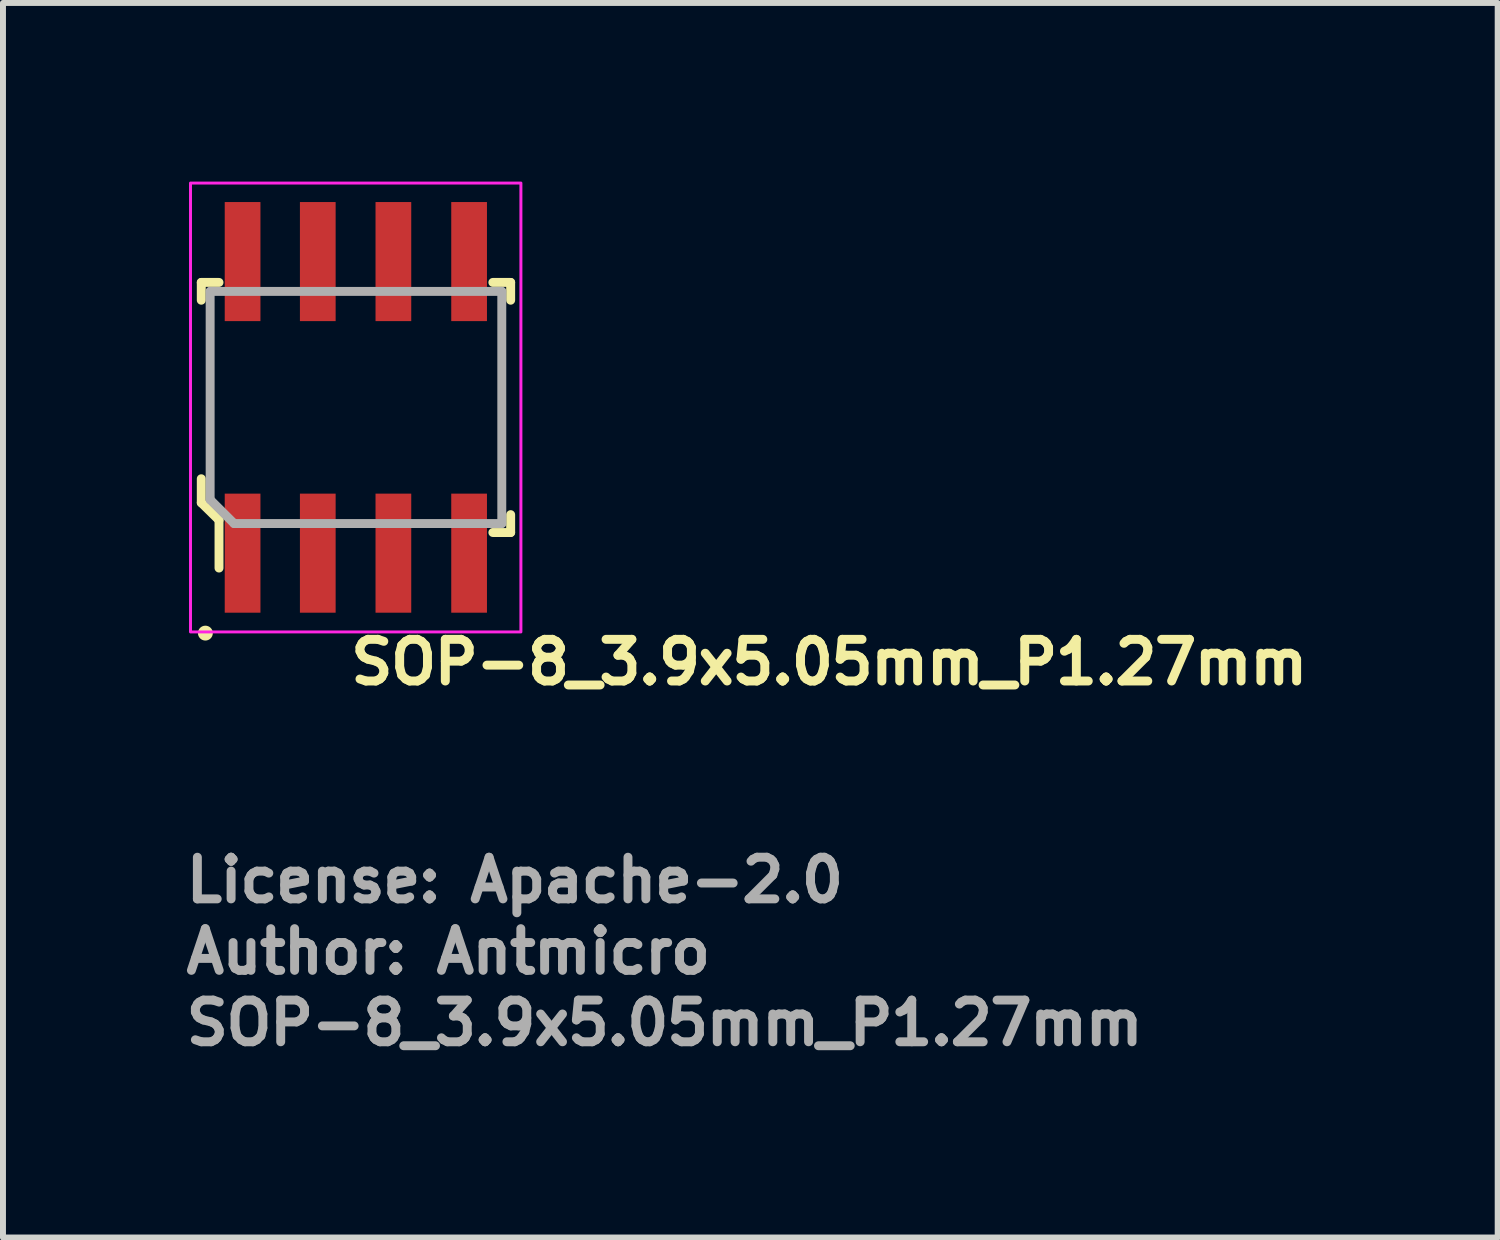
<source format=kicad_pcb>
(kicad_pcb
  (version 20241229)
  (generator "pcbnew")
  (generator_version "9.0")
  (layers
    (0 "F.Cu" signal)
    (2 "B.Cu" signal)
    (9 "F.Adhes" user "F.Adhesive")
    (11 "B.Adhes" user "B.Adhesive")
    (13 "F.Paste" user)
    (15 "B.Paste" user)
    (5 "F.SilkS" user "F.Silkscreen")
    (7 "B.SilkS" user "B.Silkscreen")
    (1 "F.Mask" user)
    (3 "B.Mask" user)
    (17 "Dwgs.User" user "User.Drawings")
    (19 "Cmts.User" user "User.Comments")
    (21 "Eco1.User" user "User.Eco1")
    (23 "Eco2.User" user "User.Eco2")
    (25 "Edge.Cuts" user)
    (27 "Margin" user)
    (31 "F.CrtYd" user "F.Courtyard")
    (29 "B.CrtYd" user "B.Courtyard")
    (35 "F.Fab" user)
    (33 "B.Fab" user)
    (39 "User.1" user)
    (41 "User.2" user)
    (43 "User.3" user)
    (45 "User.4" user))
  (footprint "SOP-8_3.9x5.05mm_P1.27mm"
    (layer "F.Cu")
    (at 2.94 3.775)
    (property "Reference" "SOP-8_3.9x5.05mm_P1.27mm" (at -0.175 4.708 0) (unlocked yes) (layer "F.SilkS") (effects (font (size 0.7 0.7) (thickness 0.15)) (justify left bottom)))
    (attr smd)
    (fp_line (start -2.609 -2.081) (end -2.609 -1.782) (stroke (width 0.15) (type solid)) (layer "F.SilkS"))
    (fp_line (start -2.609 1.217) (end -2.609 1.62) (stroke (width 0.15) (type solid)) (layer "F.SilkS"))
    (fp_line (start -2.609 1.62) (end -2.311 1.912) (stroke (width 0.15) (type solid)) (layer "F.SilkS"))
    (fp_line (start -2.311 -2.081) (end -2.609 -2.081) (stroke (width 0.15) (type solid)) (layer "F.SilkS"))
    (fp_line (start -2.311 1.912) (end -2.311 2.717) (stroke (width 0.15) (type solid)) (layer "F.SilkS"))
    (fp_line (start 2.289 -2.081) (end 2.588 -2.081) (stroke (width 0.15) (type solid)) (layer "F.SilkS"))
    (fp_line (start 2.289 2.12) (end 2.588 2.12) (stroke (width 0.15) (type solid)) (layer "F.SilkS"))
    (fp_line (start 2.588 -2.081) (end 2.588 -1.782) (stroke (width 0.15) (type solid)) (layer "F.SilkS"))
    (fp_line (start 2.588 2.12) (end 2.588 1.82) (stroke (width 0.15) (type solid)) (layer "F.SilkS"))
    (fp_circle (center -2.54 3.81) (end -2.49 3.81) (stroke (width 0.15) (type solid)) (fill yes) (layer "F.SilkS"))
    (fp_rect (start -2.79 -3.75) (end 2.76 3.79) (stroke (width 0.05) (type solid)) (fill no) (layer "F.CrtYd"))
    (fp_line (start -2.46 -1.93) (end 2.439 -1.93) (stroke (width 0.15) (type solid)) (layer "F.Fab"))
    (fp_line (start -2.46 1.568) (end -2.46 -1.93) (stroke (width 0.15) (type solid)) (layer "F.Fab"))
    (fp_line (start -2.46 1.568) (end -2.058 1.969) (stroke (width 0.15) (type solid)) (layer "F.Fab"))
    (fp_line (start -2.058 1.969) (end 2.439 1.969) (stroke (width 0.15) (type solid)) (layer "F.Fab"))
    (fp_line (start 2.439 -1.93) (end 2.439 1.969) (stroke (width 0.15) (type solid)) (layer "F.Fab"))
    (fp_rect (start -2.539 -3) (end 2.536 2.999) (stroke (width 0.1) (type solid)) (fill no) (layer "User.5"))
    (fp_line (start -2.539 -1.95) (end -2.447 -1.859) (stroke (width 0.02) (type solid)) (layer "User.9"))
    (fp_line (start -2.539 1.949) (end -2.539 -1.95) (stroke (width 0.02) (type solid)) (layer "User.9"))
    (fp_line (start -2.539 1.949) (end -2.447 1.858) (stroke (width 0.02) (type solid)) (layer "User.9"))
    (fp_line (start -2.447 1.858) (end -2.398 1.808) (stroke (width 0.02) (type solid)) (layer "User.9"))
    (fp_line (start -2.398 -1.809) (end -2.447 -1.859) (stroke (width 0.02) (type solid)) (layer "User.9"))
    (fp_line (start -2.148 1.314) (end -2.148 1.314) (stroke (width 0.02) (type solid)) (layer "User.9"))
    (fp_line (start -2.148 1.314) (end -2.146 1.326) (stroke (width 0.02) (type solid)) (layer "User.9"))
    (fp_line (start -2.146 1.302) (end -2.148 1.314) (stroke (width 0.02) (type solid)) (layer "User.9"))
    (fp_line (start -2.146 1.326) (end -2.145 1.338) (stroke (width 0.02) (type solid)) (layer "User.9"))
    (fp_line (start -2.145 1.277) (end -2.145 1.29) (stroke (width 0.02) (type solid)) (layer "User.9"))
    (fp_line (start -2.145 1.29) (end -2.146 1.302) (stroke (width 0.02) (type solid)) (layer "User.9"))
    (fp_line (start -2.145 1.338) (end -2.145 1.352) (stroke (width 0.02) (type solid)) (layer "User.9"))
    (fp_line (start -2.145 1.352) (end -2.142 1.364) (stroke (width 0.02) (type solid)) (layer "User.9"))
    (fp_line (start -2.142 1.265) (end -2.145 1.277) (stroke (width 0.02) (type solid)) (layer "User.9"))
    (fp_line (start -2.142 1.364) (end -2.14 1.374) (stroke (width 0.02) (type solid)) (layer "User.9"))
    (fp_line (start -2.14 1.253) (end -2.142 1.265) (stroke (width 0.02) (type solid)) (layer "User.9"))
    (fp_line (start -2.14 1.374) (end -2.137 1.386) (stroke (width 0.02) (type solid)) (layer "User.9"))
    (fp_line (start -2.137 1.241) (end -2.14 1.253) (stroke (width 0.02) (type solid)) (layer "User.9"))
    (fp_line (start -2.137 1.386) (end -2.133 1.398) (stroke (width 0.02) (type solid)) (layer "User.9"))
    (fp_line (start -2.133 1.231) (end -2.137 1.241) (stroke (width 0.02) (type solid)) (layer "User.9"))
    (fp_line (start -2.133 1.398) (end -2.129 1.409) (stroke (width 0.02) (type solid)) (layer "User.9"))
    (fp_line (start -2.129 1.219) (end -2.133 1.231) (stroke (width 0.02) (type solid)) (layer "User.9"))
    (fp_line (start -2.129 1.409) (end -2.124 1.419) (stroke (width 0.02) (type solid)) (layer "User.9"))
    (fp_line (start -2.125 -2.725) (end -2.125 -3) (stroke (width 0.02) (type solid)) (layer "User.9"))
    (fp_line (start -2.125 -2.725) (end -2.125 -2.634) (stroke (width 0.02) (type solid)) (layer "User.9"))
    (fp_line (start -2.125 -2.634) (end -2.125 -2.165) (stroke (width 0.02) (type solid)) (layer "User.9"))
    (fp_line (start -2.125 -2.165) (end -2.125 -2.074) (stroke (width 0.02) (type solid)) (layer "User.9"))
    (fp_line (start -2.125 -1.95) (end -2.125 -2.074) (stroke (width 0.02) (type solid)) (layer "User.9"))
    (fp_line (start -2.125 2.072) (end -2.125 1.949) (stroke (width 0.02) (type solid)) (layer "User.9"))
    (fp_line (start -2.125 2.164) (end -2.125 2.072) (stroke (width 0.02) (type solid)) (layer "User.9"))
    (fp_line (start -2.125 2.632) (end -2.125 2.164) (stroke (width 0.02) (type solid)) (layer "User.9"))
    (fp_line (start -2.125 2.722) (end -2.125 2.632) (stroke (width 0.02) (type solid)) (layer "User.9"))
    (fp_line (start -2.125 2.999) (end -2.125 2.722) (stroke (width 0.02) (type solid)) (layer "User.9"))
    (fp_line (start -2.124 1.209) (end -2.129 1.219) (stroke (width 0.02) (type solid)) (layer "User.9"))
    (fp_line (start -2.124 1.419) (end -2.117 1.431) (stroke (width 0.02) (type solid)) (layer "User.9"))
    (fp_line (start -2.117 1.197) (end -2.124 1.209) (stroke (width 0.02) (type solid)) (layer "User.9"))
    (fp_line (start -2.117 1.431) (end -2.112 1.441) (stroke (width 0.02) (type solid)) (layer "User.9"))
    (fp_line (start -2.112 1.187) (end -2.117 1.197) (stroke (width 0.02) (type solid)) (layer "User.9"))
    (fp_line (start -2.112 1.441) (end -2.105 1.451) (stroke (width 0.02) (type solid)) (layer "User.9"))
    (fp_line (start -2.105 1.177) (end -2.112 1.187) (stroke (width 0.02) (type solid)) (layer "User.9"))
    (fp_line (start -2.105 1.451) (end -2.098 1.459) (stroke (width 0.02) (type solid)) (layer "User.9"))
    (fp_line (start -2.098 1.169) (end -2.105 1.177) (stroke (width 0.02) (type solid)) (layer "User.9"))
    (fp_line (start -2.098 1.459) (end -2.092 1.469) (stroke (width 0.02) (type solid)) (layer "User.9"))
    (fp_line (start -2.092 1.159) (end -2.098 1.169) (stroke (width 0.02) (type solid)) (layer "User.9"))
    (fp_line (start -2.092 1.469) (end -2.084 1.477) (stroke (width 0.02) (type solid)) (layer "User.9"))
    (fp_line (start -2.084 1.15) (end -2.092 1.159) (stroke (width 0.02) (type solid)) (layer "User.9"))
    (fp_line (start -2.084 1.477) (end -2.076 1.487) (stroke (width 0.02) (type solid)) (layer "User.9"))
    (fp_line (start -2.076 1.142) (end -2.084 1.15) (stroke (width 0.02) (type solid)) (layer "User.9"))
    (fp_line (start -2.076 1.487) (end -2.068 1.495) (stroke (width 0.02) (type solid)) (layer "User.9"))
    (fp_line (start -2.068 1.134) (end -2.076 1.142) (stroke (width 0.02) (type solid)) (layer "User.9"))
    (fp_line (start -2.068 1.495) (end -2.058 1.503) (stroke (width 0.02) (type solid)) (layer "User.9"))
    (fp_line (start -2.058 1.126) (end -2.068 1.134) (stroke (width 0.02) (type solid)) (layer "User.9"))
    (fp_line (start -2.058 1.503) (end -2.049 1.509) (stroke (width 0.02) (type solid)) (layer "User.9"))
    (fp_line (start -2.049 1.118) (end -2.058 1.126) (stroke (width 0.02) (type solid)) (layer "User.9"))
    (fp_line (start -2.049 1.509) (end -2.04 1.517) (stroke (width 0.02) (type solid)) (layer "User.9"))
    (fp_line (start -2.04 1.112) (end -2.049 1.118) (stroke (width 0.02) (type solid)) (layer "User.9"))
    (fp_line (start -2.04 1.517) (end -2.029 1.523) (stroke (width 0.02) (type solid)) (layer "User.9"))
    (fp_line (start -2.029 1.106) (end -2.04 1.112) (stroke (width 0.02) (type solid)) (layer "User.9"))
    (fp_line (start -2.029 1.523) (end -2.02 1.529) (stroke (width 0.02) (type solid)) (layer "User.9"))
    (fp_line (start -2.02 1.1) (end -2.029 1.106) (stroke (width 0.02) (type solid)) (layer "User.9"))
    (fp_line (start -2.02 1.529) (end -2.009 1.533) (stroke (width 0.02) (type solid)) (layer "User.9"))
    (fp_line (start -2.009 1.094) (end -2.02 1.1) (stroke (width 0.02) (type solid)) (layer "User.9"))
    (fp_line (start -2.009 1.533) (end -1.998 1.538) (stroke (width 0.02) (type solid)) (layer "User.9"))
    (fp_line (start -1.998 1.09) (end -2.009 1.094) (stroke (width 0.02) (type solid)) (layer "User.9"))
    (fp_line (start -1.998 1.538) (end -1.988 1.542) (stroke (width 0.02) (type solid)) (layer "User.9"))
    (fp_line (start -1.988 1.086) (end -1.998 1.09) (stroke (width 0.02) (type solid)) (layer "User.9"))
    (fp_line (start -1.988 1.542) (end -1.976 1.546) (stroke (width 0.02) (type solid)) (layer "User.9"))
    (fp_line (start -1.976 1.082) (end -1.988 1.086) (stroke (width 0.02) (type solid)) (layer "User.9"))
    (fp_line (start -1.976 1.546) (end -1.964 1.55) (stroke (width 0.02) (type solid)) (layer "User.9"))
    (fp_line (start -1.964 1.078) (end -1.976 1.082) (stroke (width 0.02) (type solid)) (layer "User.9"))
    (fp_line (start -1.964 1.55) (end -1.952 1.552) (stroke (width 0.02) (type solid)) (layer "User.9"))
    (fp_line (start -1.952 1.076) (end -1.964 1.078) (stroke (width 0.02) (type solid)) (layer "User.9"))
    (fp_line (start -1.952 1.552) (end -1.94 1.554) (stroke (width 0.02) (type solid)) (layer "User.9"))
    (fp_line (start -1.94 1.074) (end -1.952 1.076) (stroke (width 0.02) (type solid)) (layer "User.9"))
    (fp_line (start -1.94 1.554) (end -1.928 1.556) (stroke (width 0.02) (type solid)) (layer "User.9"))
    (fp_line (start -1.928 1.072) (end -1.94 1.074) (stroke (width 0.02) (type solid)) (layer "User.9"))
    (fp_line (start -1.928 1.556) (end -1.917 1.558) (stroke (width 0.02) (type solid)) (layer "User.9"))
    (fp_line (start -1.917 1.07) (end -1.928 1.072) (stroke (width 0.02) (type solid)) (layer "User.9"))
    (fp_line (start -1.917 1.558) (end -1.903 1.558) (stroke (width 0.02) (type solid)) (layer "User.9"))
    (fp_line (start -1.903 1.07) (end -1.917 1.07) (stroke (width 0.02) (type solid)) (layer "User.9"))
    (fp_line (start -1.903 1.07) (end -1.903 1.07) (stroke (width 0.02) (type solid)) (layer "User.9"))
    (fp_line (start -1.903 1.558) (end -1.903 1.558) (stroke (width 0.02) (type solid)) (layer "User.9"))
    (fp_line (start -1.903 1.558) (end -1.891 1.558) (stroke (width 0.02) (type solid)) (layer "User.9"))
    (fp_line (start -1.891 1.07) (end -1.903 1.07) (stroke (width 0.02) (type solid)) (layer "User.9"))
    (fp_line (start -1.891 1.558) (end -1.879 1.556) (stroke (width 0.02) (type solid)) (layer "User.9"))
    (fp_line (start -1.879 1.072) (end -1.891 1.07) (stroke (width 0.02) (type solid)) (layer "User.9"))
    (fp_line (start -1.879 1.556) (end -1.867 1.554) (stroke (width 0.02) (type solid)) (layer "User.9"))
    (fp_line (start -1.867 1.074) (end -1.879 1.072) (stroke (width 0.02) (type solid)) (layer "User.9"))
    (fp_line (start -1.867 1.554) (end -1.855 1.552) (stroke (width 0.02) (type solid)) (layer "User.9"))
    (fp_line (start -1.855 1.076) (end -1.867 1.074) (stroke (width 0.02) (type solid)) (layer "User.9"))
    (fp_line (start -1.855 1.552) (end -1.843 1.55) (stroke (width 0.02) (type solid)) (layer "User.9"))
    (fp_line (start -1.843 1.078) (end -1.855 1.076) (stroke (width 0.02) (type solid)) (layer "User.9"))
    (fp_line (start -1.843 1.55) (end -1.831 1.546) (stroke (width 0.02) (type solid)) (layer "User.9"))
    (fp_line (start -1.831 1.082) (end -1.843 1.078) (stroke (width 0.02) (type solid)) (layer "User.9"))
    (fp_line (start -1.831 1.546) (end -1.819 1.542) (stroke (width 0.02) (type solid)) (layer "User.9"))
    (fp_line (start -1.819 1.086) (end -1.831 1.082) (stroke (width 0.02) (type solid)) (layer "User.9"))
    (fp_line (start -1.819 1.542) (end -1.809 1.538) (stroke (width 0.02) (type solid)) (layer "User.9"))
    (fp_line (start -1.809 1.09) (end -1.819 1.086) (stroke (width 0.02) (type solid)) (layer "User.9"))
    (fp_line (start -1.809 1.538) (end -1.797 1.533) (stroke (width 0.02) (type solid)) (layer "User.9"))
    (fp_line (start -1.797 1.094) (end -1.809 1.09) (stroke (width 0.02) (type solid)) (layer "User.9"))
    (fp_line (start -1.797 1.533) (end -1.788 1.529) (stroke (width 0.02) (type solid)) (layer "User.9"))
    (fp_line (start -1.788 1.1) (end -1.797 1.094) (stroke (width 0.02) (type solid)) (layer "User.9"))
    (fp_line (start -1.788 1.529) (end -1.778 1.523) (stroke (width 0.02) (type solid)) (layer "User.9"))
    (fp_line (start -1.778 1.106) (end -1.788 1.1) (stroke (width 0.02) (type solid)) (layer "User.9"))
    (fp_line (start -1.778 1.523) (end -1.768 1.517) (stroke (width 0.02) (type solid)) (layer "User.9"))
    (fp_line (start -1.768 1.112) (end -1.778 1.106) (stroke (width 0.02) (type solid)) (layer "User.9"))
    (fp_line (start -1.768 1.517) (end -1.758 1.509) (stroke (width 0.02) (type solid)) (layer "User.9"))
    (fp_line (start -1.758 1.118) (end -1.768 1.112) (stroke (width 0.02) (type solid)) (layer "User.9"))
    (fp_line (start -1.758 1.509) (end -1.748 1.503) (stroke (width 0.02) (type solid)) (layer "User.9"))
    (fp_line (start -1.748 1.126) (end -1.758 1.118) (stroke (width 0.02) (type solid)) (layer "User.9"))
    (fp_line (start -1.748 1.503) (end -1.74 1.495) (stroke (width 0.02) (type solid)) (layer "User.9"))
    (fp_line (start -1.74 1.134) (end -1.748 1.126) (stroke (width 0.02) (type solid)) (layer "User.9"))
    (fp_line (start -1.74 1.495) (end -1.732 1.487) (stroke (width 0.02) (type solid)) (layer "User.9"))
    (fp_line (start -1.732 1.142) (end -1.74 1.134) (stroke (width 0.02) (type solid)) (layer "User.9"))
    (fp_line (start -1.732 1.487) (end -1.724 1.477) (stroke (width 0.02) (type solid)) (layer "User.9"))
    (fp_line (start -1.724 1.15) (end -1.732 1.142) (stroke (width 0.02) (type solid)) (layer "User.9"))
    (fp_line (start -1.724 1.477) (end -1.716 1.469) (stroke (width 0.02) (type solid)) (layer "User.9"))
    (fp_line (start -1.716 1.159) (end -1.724 1.15) (stroke (width 0.02) (type solid)) (layer "User.9"))
    (fp_line (start -1.716 1.469) (end -1.708 1.459) (stroke (width 0.02) (type solid)) (layer "User.9"))
    (fp_line (start -1.708 1.169) (end -1.716 1.159) (stroke (width 0.02) (type solid)) (layer "User.9"))
    (fp_line (start -1.708 1.459) (end -1.702 1.451) (stroke (width 0.02) (type solid)) (layer "User.9"))
    (fp_line (start -1.702 1.177) (end -1.708 1.169) (stroke (width 0.02) (type solid)) (layer "User.9"))
    (fp_line (start -1.702 1.451) (end -1.696 1.441) (stroke (width 0.02) (type solid)) (layer "User.9"))
    (fp_line (start -1.696 1.187) (end -1.702 1.177) (stroke (width 0.02) (type solid)) (layer "User.9"))
    (fp_line (start -1.696 1.441) (end -1.69 1.431) (stroke (width 0.02) (type solid)) (layer "User.9"))
    (fp_line (start -1.69 1.197) (end -1.696 1.187) (stroke (width 0.02) (type solid)) (layer "User.9"))
    (fp_line (start -1.69 1.431) (end -1.684 1.419) (stroke (width 0.02) (type solid)) (layer "User.9"))
    (fp_line (start -1.686 -3) (end -2.125 -3) (stroke (width 0.02) (type solid)) (layer "User.9"))
    (fp_line (start -1.686 -2.725) (end -1.686 -3) (stroke (width 0.02) (type solid)) (layer "User.9"))
    (fp_line (start -1.686 -2.725) (end -1.686 -2.634) (stroke (width 0.02) (type solid)) (layer "User.9"))
    (fp_line (start -1.686 -2.634) (end -1.686 -2.165) (stroke (width 0.02) (type solid)) (layer "User.9"))
    (fp_line (start -1.686 -2.165) (end -1.686 -2.074) (stroke (width 0.02) (type solid)) (layer "User.9"))
    (fp_line (start -1.686 -1.95) (end -2.125 -1.95) (stroke (width 0.02) (type solid)) (layer "User.9"))
    (fp_line (start -1.686 -1.95) (end -1.686 -2.074) (stroke (width 0.02) (type solid)) (layer "User.9"))
    (fp_line (start -1.686 1.949) (end -2.125 1.949) (stroke (width 0.02) (type solid)) (layer "User.9"))
    (fp_line (start -1.686 2.072) (end -1.686 1.949) (stroke (width 0.02) (type solid)) (layer "User.9"))
    (fp_line (start -1.686 2.164) (end -1.686 2.072) (stroke (width 0.02) (type solid)) (layer "User.9"))
    (fp_line (start -1.686 2.632) (end -1.686 2.164) (stroke (width 0.02) (type solid)) (layer "User.9"))
    (fp_line (start -1.686 2.722) (end -1.686 2.632) (stroke (width 0.02) (type solid)) (layer "User.9"))
    (fp_line (start -1.686 2.999) (end -2.125 2.999) (stroke (width 0.02) (type solid)) (layer "User.9"))
    (fp_line (start -1.686 2.999) (end -1.686 2.722) (stroke (width 0.02) (type solid)) (layer "User.9"))
    (fp_line (start -1.684 1.209) (end -1.69 1.197) (stroke (width 0.02) (type solid)) (layer "User.9"))
    (fp_line (start -1.684 1.419) (end -1.678 1.409) (stroke (width 0.02) (type solid)) (layer "User.9"))
    (fp_line (start -1.678 1.219) (end -1.684 1.209) (stroke (width 0.02) (type solid)) (layer "User.9"))
    (fp_line (start -1.678 1.409) (end -1.674 1.398) (stroke (width 0.02) (type solid)) (layer "User.9"))
    (fp_line (start -1.674 1.231) (end -1.678 1.219) (stroke (width 0.02) (type solid)) (layer "User.9"))
    (fp_line (start -1.674 1.398) (end -1.67 1.386) (stroke (width 0.02) (type solid)) (layer "User.9"))
    (fp_line (start -1.67 1.241) (end -1.674 1.231) (stroke (width 0.02) (type solid)) (layer "User.9"))
    (fp_line (start -1.67 1.386) (end -1.668 1.374) (stroke (width 0.02) (type solid)) (layer "User.9"))
    (fp_line (start -1.668 1.253) (end -1.67 1.241) (stroke (width 0.02) (type solid)) (layer "User.9"))
    (fp_line (start -1.668 1.374) (end -1.665 1.364) (stroke (width 0.02) (type solid)) (layer "User.9"))
    (fp_line (start -1.665 1.265) (end -1.668 1.253) (stroke (width 0.02) (type solid)) (layer "User.9"))
    (fp_line (start -1.665 1.364) (end -1.663 1.352) (stroke (width 0.02) (type solid)) (layer "User.9"))
    (fp_line (start -1.663 1.277) (end -1.665 1.265) (stroke (width 0.02) (type solid)) (layer "User.9"))
    (fp_line (start -1.663 1.352) (end -1.661 1.338) (stroke (width 0.02) (type solid)) (layer "User.9"))
    (fp_line (start -1.661 1.29) (end -1.663 1.277) (stroke (width 0.02) (type solid)) (layer "User.9"))
    (fp_line (start -1.661 1.302) (end -1.661 1.29) (stroke (width 0.02) (type solid)) (layer "User.9"))
    (fp_line (start -1.661 1.326) (end -1.659 1.314) (stroke (width 0.02) (type solid)) (layer "User.9"))
    (fp_line (start -1.661 1.338) (end -1.661 1.326) (stroke (width 0.02) (type solid)) (layer "User.9"))
    (fp_line (start -1.659 1.314) (end -1.661 1.302) (stroke (width 0.02) (type solid)) (layer "User.9"))
    (fp_line (start -1.659 1.314) (end -1.659 1.314) (stroke (width 0.02) (type solid)) (layer "User.9"))
    (fp_line (start -1.659 1.314) (end -1.659 1.314) (stroke (width 0.02) (type solid)) (layer "User.9"))
    (fp_line (start -0.855 -2.725) (end -0.855 -3) (stroke (width 0.02) (type solid)) (layer "User.9"))
    (fp_line (start -0.855 -2.725) (end -0.855 -2.634) (stroke (width 0.02) (type solid)) (layer "User.9"))
    (fp_line (start -0.855 -2.634) (end -0.855 -2.165) (stroke (width 0.02) (type solid)) (layer "User.9"))
    (fp_line (start -0.855 -2.165) (end -0.855 -2.074) (stroke (width 0.02) (type solid)) (layer "User.9"))
    (fp_line (start -0.855 -1.95) (end -0.855 -2.074) (stroke (width 0.02) (type solid)) (layer "User.9"))
    (fp_line (start -0.855 2.072) (end -0.855 1.949) (stroke (width 0.02) (type solid)) (layer "User.9"))
    (fp_line (start -0.855 2.164) (end -0.855 2.072) (stroke (width 0.02) (type solid)) (layer "User.9"))
    (fp_line (start -0.855 2.632) (end -0.855 2.164) (stroke (width 0.02) (type solid)) (layer "User.9"))
    (fp_line (start -0.855 2.722) (end -0.855 2.632) (stroke (width 0.02) (type solid)) (layer "User.9"))
    (fp_line (start -0.855 2.999) (end -0.855 2.722) (stroke (width 0.02) (type solid)) (layer "User.9"))
    (fp_line (start -0.416 -3) (end -0.855 -3) (stroke (width 0.02) (type solid)) (layer "User.9"))
    (fp_line (start -0.416 -2.725) (end -0.416 -3) (stroke (width 0.02) (type solid)) (layer "User.9"))
    (fp_line (start -0.416 -2.725) (end -0.416 -2.634) (stroke (width 0.02) (type solid)) (layer "User.9"))
    (fp_line (start -0.416 -2.634) (end -0.416 -2.165) (stroke (width 0.02) (type solid)) (layer "User.9"))
    (fp_line (start -0.416 -2.165) (end -0.416 -2.074) (stroke (width 0.02) (type solid)) (layer "User.9"))
    (fp_line (start -0.416 -1.95) (end -0.855 -1.95) (stroke (width 0.02) (type solid)) (layer "User.9"))
    (fp_line (start -0.416 -1.95) (end -0.416 -2.074) (stroke (width 0.02) (type solid)) (layer "User.9"))
    (fp_line (start -0.416 1.949) (end -0.855 1.949) (stroke (width 0.02) (type solid)) (layer "User.9"))
    (fp_line (start -0.416 2.072) (end -0.416 1.949) (stroke (width 0.02) (type solid)) (layer "User.9"))
    (fp_line (start -0.416 2.164) (end -0.416 2.072) (stroke (width 0.02) (type solid)) (layer "User.9"))
    (fp_line (start -0.416 2.632) (end -0.416 2.164) (stroke (width 0.02) (type solid)) (layer "User.9"))
    (fp_line (start -0.416 2.722) (end -0.416 2.632) (stroke (width 0.02) (type solid)) (layer "User.9"))
    (fp_line (start -0.416 2.999) (end -0.855 2.999) (stroke (width 0.02) (type solid)) (layer "User.9"))
    (fp_line (start -0.416 2.999) (end -0.416 2.722) (stroke (width 0.02) (type solid)) (layer "User.9"))
    (fp_line (start 0.414 -2.725) (end 0.414 -3) (stroke (width 0.02) (type solid)) (layer "User.9"))
    (fp_line (start 0.414 -2.725) (end 0.414 -2.634) (stroke (width 0.02) (type solid)) (layer "User.9"))
    (fp_line (start 0.414 -2.634) (end 0.414 -2.165) (stroke (width 0.02) (type solid)) (layer "User.9"))
    (fp_line (start 0.414 -2.165) (end 0.414 -2.074) (stroke (width 0.02) (type solid)) (layer "User.9"))
    (fp_line (start 0.414 -1.95) (end 0.414 -2.074) (stroke (width 0.02) (type solid)) (layer "User.9"))
    (fp_line (start 0.414 2.072) (end 0.414 1.949) (stroke (width 0.02) (type solid)) (layer "User.9"))
    (fp_line (start 0.414 2.164) (end 0.414 2.072) (stroke (width 0.02) (type solid)) (layer "User.9"))
    (fp_line (start 0.414 2.632) (end 0.414 2.164) (stroke (width 0.02) (type solid)) (layer "User.9"))
    (fp_line (start 0.414 2.722) (end 0.414 2.632) (stroke (width 0.02) (type solid)) (layer "User.9"))
    (fp_line (start 0.414 2.999) (end 0.414 2.722) (stroke (width 0.02) (type solid)) (layer "User.9"))
    (fp_line (start 0.853 -3) (end 0.414 -3) (stroke (width 0.02) (type solid)) (layer "User.9"))
    (fp_line (start 0.853 -2.725) (end 0.853 -3) (stroke (width 0.02) (type solid)) (layer "User.9"))
    (fp_line (start 0.853 -2.725) (end 0.853 -2.634) (stroke (width 0.02) (type solid)) (layer "User.9"))
    (fp_line (start 0.853 -2.634) (end 0.853 -2.165) (stroke (width 0.02) (type solid)) (layer "User.9"))
    (fp_line (start 0.853 -2.165) (end 0.853 -2.074) (stroke (width 0.02) (type solid)) (layer "User.9"))
    (fp_line (start 0.853 -1.95) (end 0.414 -1.95) (stroke (width 0.02) (type solid)) (layer "User.9"))
    (fp_line (start 0.853 -1.95) (end 0.853 -2.074) (stroke (width 0.02) (type solid)) (layer "User.9"))
    (fp_line (start 0.853 1.949) (end 0.414 1.949) (stroke (width 0.02) (type solid)) (layer "User.9"))
    (fp_line (start 0.853 2.072) (end 0.853 1.949) (stroke (width 0.02) (type solid)) (layer "User.9"))
    (fp_line (start 0.853 2.164) (end 0.853 2.072) (stroke (width 0.02) (type solid)) (layer "User.9"))
    (fp_line (start 0.853 2.632) (end 0.853 2.164) (stroke (width 0.02) (type solid)) (layer "User.9"))
    (fp_line (start 0.853 2.722) (end 0.853 2.632) (stroke (width 0.02) (type solid)) (layer "User.9"))
    (fp_line (start 0.853 2.999) (end 0.414 2.999) (stroke (width 0.02) (type solid)) (layer "User.9"))
    (fp_line (start 0.853 2.999) (end 0.853 2.722) (stroke (width 0.02) (type solid)) (layer "User.9"))
    (fp_line (start 1.685 -2.725) (end 1.685 -3) (stroke (width 0.02) (type solid)) (layer "User.9"))
    (fp_line (start 1.685 -2.725) (end 1.685 -2.634) (stroke (width 0.02) (type solid)) (layer "User.9"))
    (fp_line (start 1.685 -2.634) (end 1.685 -2.165) (stroke (width 0.02) (type solid)) (layer "User.9"))
    (fp_line (start 1.685 -2.165) (end 1.685 -2.074) (stroke (width 0.02) (type solid)) (layer "User.9"))
    (fp_line (start 1.685 -1.95) (end 1.685 -2.074) (stroke (width 0.02) (type solid)) (layer "User.9"))
    (fp_line (start 1.685 2.072) (end 1.685 1.949) (stroke (width 0.02) (type solid)) (layer "User.9"))
    (fp_line (start 1.685 2.164) (end 1.685 2.072) (stroke (width 0.02) (type solid)) (layer "User.9"))
    (fp_line (start 1.685 2.632) (end 1.685 2.164) (stroke (width 0.02) (type solid)) (layer "User.9"))
    (fp_line (start 1.685 2.722) (end 1.685 2.632) (stroke (width 0.02) (type solid)) (layer "User.9"))
    (fp_line (start 1.685 2.999) (end 1.685 2.722) (stroke (width 0.02) (type solid)) (layer "User.9"))
    (fp_line (start 2.124 -3) (end 1.685 -3) (stroke (width 0.02) (type solid)) (layer "User.9"))
    (fp_line (start 2.124 -2.725) (end 2.124 -3) (stroke (width 0.02) (type solid)) (layer "User.9"))
    (fp_line (start 2.124 -2.725) (end 2.124 -2.634) (stroke (width 0.02) (type solid)) (layer "User.9"))
    (fp_line (start 2.124 -2.634) (end 2.124 -2.165) (stroke (width 0.02) (type solid)) (layer "User.9"))
    (fp_line (start 2.124 -2.165) (end 2.124 -2.074) (stroke (width 0.02) (type solid)) (layer "User.9"))
    (fp_line (start 2.124 -1.95) (end 1.685 -1.95) (stroke (width 0.02) (type solid)) (layer "User.9"))
    (fp_line (start 2.124 -1.95) (end 2.124 -2.074) (stroke (width 0.02) (type solid)) (layer "User.9"))
    (fp_line (start 2.124 1.949) (end 1.685 1.949) (stroke (width 0.02) (type solid)) (layer "User.9"))
    (fp_line (start 2.124 2.072) (end 2.124 1.949) (stroke (width 0.02) (type solid)) (layer "User.9"))
    (fp_line (start 2.124 2.164) (end 2.124 2.072) (stroke (width 0.02) (type solid)) (layer "User.9"))
    (fp_line (start 2.124 2.632) (end 2.124 2.164) (stroke (width 0.02) (type solid)) (layer "User.9"))
    (fp_line (start 2.124 2.722) (end 2.124 2.632) (stroke (width 0.02) (type solid)) (layer "User.9"))
    (fp_line (start 2.124 2.999) (end 1.685 2.999) (stroke (width 0.02) (type solid)) (layer "User.9"))
    (fp_line (start 2.124 2.999) (end 2.124 2.722) (stroke (width 0.02) (type solid)) (layer "User.9"))
    (fp_line (start 2.444 -1.859) (end 2.395 -1.809) (stroke (width 0.02) (type solid)) (layer "User.9"))
    (fp_line (start 2.444 1.858) (end 2.395 1.808) (stroke (width 0.02) (type solid)) (layer "User.9"))
    (fp_line (start 2.536 -1.95) (end -2.539 -1.95) (stroke (width 0.02) (type solid)) (layer "User.9"))
    (fp_line (start 2.536 -1.95) (end 2.444 -1.859) (stroke (width 0.02) (type solid)) (layer "User.9"))
    (fp_line (start 2.536 1.949) (end -2.539 1.949) (stroke (width 0.02) (type solid)) (layer "User.9"))
    (fp_line (start 2.536 1.949) (end 2.444 1.858) (stroke (width 0.02) (type solid)) (layer "User.9"))
    (fp_line (start 2.536 1.949) (end 2.536 -1.95) (stroke (width 0.02) (type solid)) (layer "User.9"))
    (fp_text user "${REFERENCE}" (at -2.94 10.768 0) (unlocked yes) (layer "F.Fab") (effects (font (size 0.7 0.7) (thickness 0.15)) (justify left bottom)))
    (fp_text user "License: Apache-2.0" (at -2.94 8.368 0) (layer "F.Fab") (effects (font (size 0.7 0.7) (thickness 0.15)) (justify left bottom)))
    (fp_text user "Author: Antmicro" (at -2.94 9.568 0) (layer "F.Fab") (effects (font (size 0.7 0.7) (thickness 0.15)) (justify left bottom)))
    (pad "1" smd rect (at -1.915 2.467) (size 0.6 2) (layers "F.Cu" "F.Mask" "F.Paste"))
    (pad "2" smd rect (at -0.652 2.467) (size 0.6 2) (layers "F.Cu" "F.Mask" "F.Paste"))
    (pad "3" smd rect (at 0.618 2.467) (size 0.6 2) (layers "F.Cu" "F.Mask" "F.Paste"))
    (pad "4" smd rect (at 1.89 2.467) (size 0.6 2) (layers "F.Cu" "F.Mask" "F.Paste"))
    (pad "5" smd rect (at 1.89 -2.431) (size 0.6 2) (layers "F.Cu" "F.Mask" "F.Paste"))
    (pad "6" smd rect (at 0.618 -2.431) (size 0.6 2) (layers "F.Cu" "F.Mask" "F.Paste"))
    (pad "7" smd rect (at -0.652 -2.431) (size 0.6 2) (layers "F.Cu" "F.Mask" "F.Paste"))
    (pad "8" smd rect (at -1.915 -2.431) (size 0.6 2) (layers "F.Cu" "F.Mask" "F.Paste")))
  (gr_rect
    (start -3 -3)
    (end 22.108 17.738)
    (stroke (width 0.1) (type default))
    (fill no)
    (layer "Edge.Cuts")))
</source>
